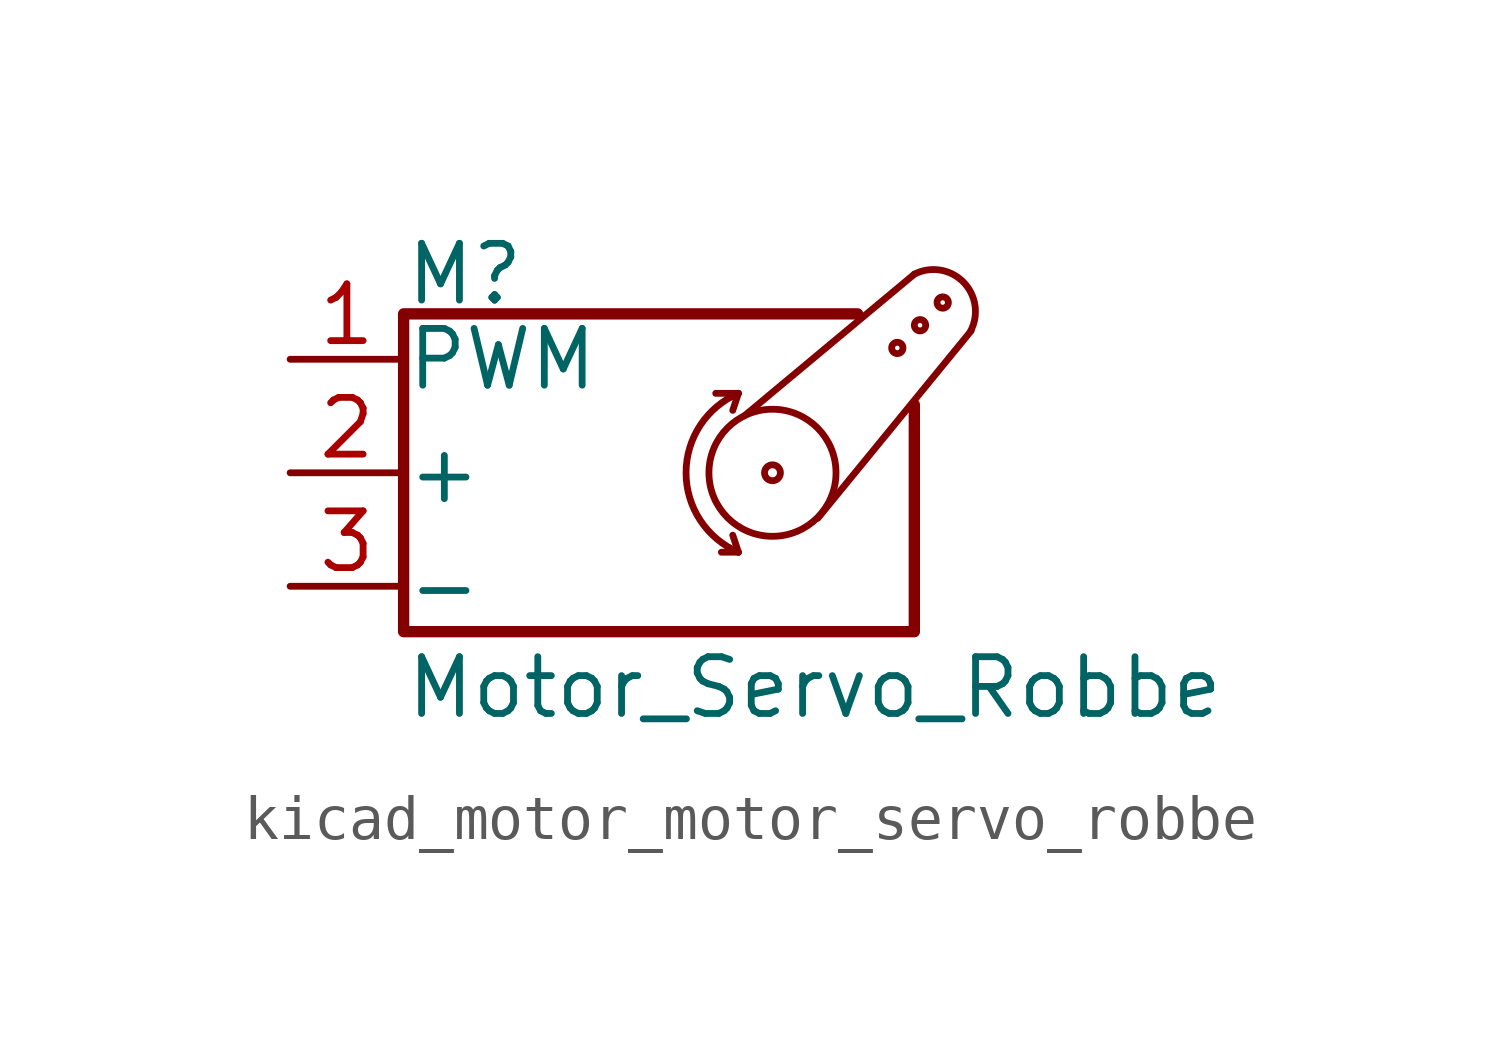
<source format=kicad_sym>
(kicad_symbol_lib
  (version 20220914)
  (generator kicad_symbol_editor)
  (symbol "kicad_motor_motor_servo_robbe"
    (pin_names
      (offset 0.025))
    (property "Reference" "M"
      (at -5.08 4.445 0)
      (effects (font (size 1.27 1.27)) (justify left)))
    (property "Value" "Motor_Servo_Robbe"
      (at -5.08 -4.064 0)
      (effects (font (size 1.27 1.27)) (justify left top)))
    (symbol "kicad_motor_motor_servo_robbe_0_1"
      (polyline (pts (xy 2.413 -1.778) (xy 2.032 -1.778)) (stroke (width 0) (type default)) (fill (type none)))
      (polyline (pts (xy 2.413 -1.778) (xy 2.286 -1.397)) (stroke (width 0) (type default)) (fill (type none)))
      (polyline (pts (xy 2.413 1.778) (xy 1.905 1.778)) (stroke (width 0) (type default)) (fill (type none)))
      (polyline (pts (xy 2.413 1.778) (xy 2.286 1.397)) (stroke (width 0) (type default)) (fill (type none)))
      (polyline (pts (xy 6.35 4.445) (xy 2.54 1.27)) (stroke (width 0) (type default)) (fill (type none)))
      (polyline (pts (xy 7.62 3.175) (xy 4.191 -1.016)) (stroke (width 0) (type default)) (fill (type none)))
      (polyline (pts (xy 5.08 3.556) (xy -5.08 3.556) (xy -5.08 -3.556) (xy 6.35 -3.556) (xy 6.35 1.524)) (stroke (width 0.254) (type default)) (fill (type none)))
      (arc (start 2.413 1.778) (mid 1.2406 0) (end 2.413 -1.778) (stroke (width 0) (type default)) (fill (type none)))
      (circle (center 3.175 0) (radius 0.178) (stroke (width 0) (type default)) (fill (type none)))
      (circle (center 3.175 0) (radius 1.422) (stroke (width 0) (type default)) (fill (type none)))
      (circle (center 5.969 2.794) (radius 0.127) (stroke (width 0) (type default)) (fill (type none)))
      (circle (center 6.477 3.302) (radius 0.127) (stroke (width 0) (type default)) (fill (type none)))
      (circle (center 6.985 3.81) (radius 0.127) (stroke (width 0) (type default)) (fill (type none)))
      (arc (start 7.62 3.175) (mid 7.4485 4.2735) (end 6.35 4.445) (stroke (width 0) (type default)) (fill (type none))))
    (symbol "kicad_motor_motor_servo_robbe_1_1"
      (pin passive line (at -7.62 2.54 0) (length 2.54) (name "PWM" (effects (font (size 1.27 1.27)))) (number "1" (effects (font (size 1.27 1.27)))))
      (pin passive line (at -7.62 0 0) (length 2.54) (name "+" (effects (font (size 1.27 1.27)))) (number "2" (effects (font (size 1.27 1.27)))))
      (pin passive line (at -7.62 -2.54 0) (length 2.54) (name "-" (effects (font (size 1.27 1.27)))) (number "3" (effects (font (size 1.27 1.27))))))))
</source>
